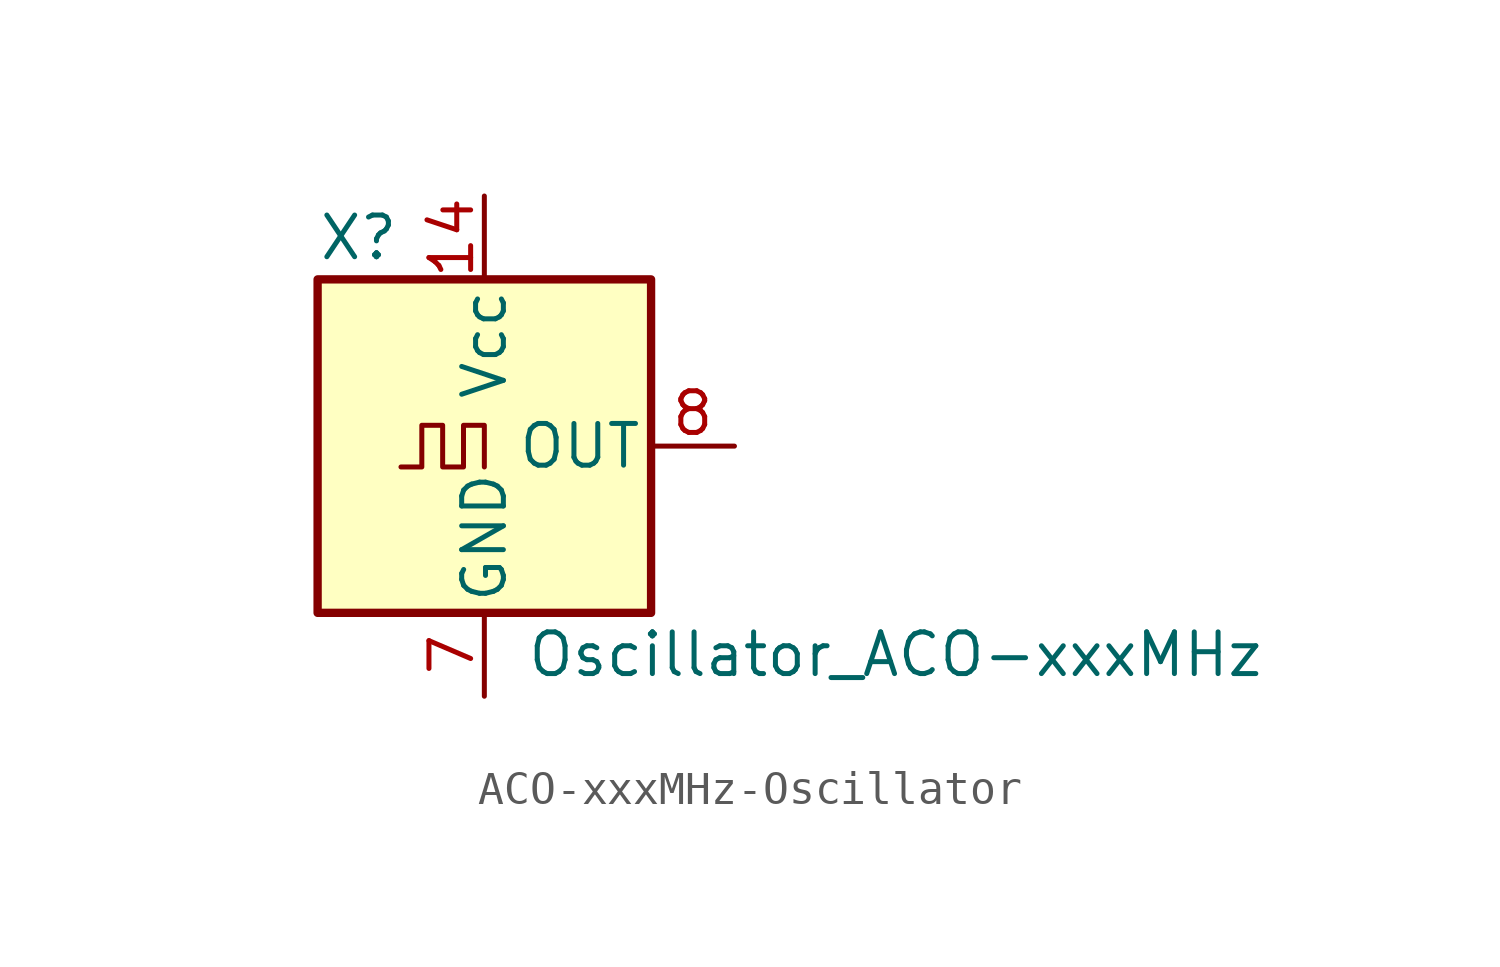
<source format=kicad_sym>
(kicad_symbol_lib
  (version 20231120)
  (generator "kicad_symbol_editor")
  (generator_version "8.0")
  (symbol "ACO-xxxMHz-Oscillator"
    (pin_names
      (offset 0.254))
    (property "Reference" "X"
      (at -5.08 6.35 0)
      (effects (font (size 1.27 1.27)) (justify left)))
    (property "Value" "Oscillator_ACO-xxxMHz"
      (at 1.27 -6.35 0)
      (effects (font (size 1.27 1.27)) (justify left)))
    (symbol "ACO-xxxMHz-Oscillator_0_1"
      (rectangle (start -5.08 5.08) (end 5.08 -5.08) (stroke (width 0.254) (type solid)) (fill (type background)))
      (polyline (pts (xy -2.54 -0.635) (xy -1.905 -0.635) (xy -1.905 0.635) (xy -1.27 0.635) (xy -1.27 -0.635) (xy -0.635 -0.635) (xy -0.635 0.635) (xy 0 0.635) (xy 0 -0.635)) (stroke (width 0) (type solid)) (fill (type none))))
    (symbol "ACO-xxxMHz-Oscillator_1_1"
      (pin no_connect line (at -7.62 0 0) (length 2.54) hide (name "NC" (effects (font (size 1.27 1.27)))) (number "1" (effects (font (size 1.27 1.27)))))
      (pin power_in line (at 0 7.62 270) (length 2.54) (name "Vcc" (effects (font (size 1.27 1.27)))) (number "14" (effects (font (size 1.27 1.27)))))
      (pin power_in line (at 0 -7.62 90) (length 2.54) (name "GND" (effects (font (size 1.27 1.27)))) (number "7" (effects (font (size 1.27 1.27)))))
      (pin output line (at 7.62 0 180) (length 2.54) (name "OUT" (effects (font (size 1.27 1.27)))) (number "8" (effects (font (size 1.27 1.27))))))))
</source>
